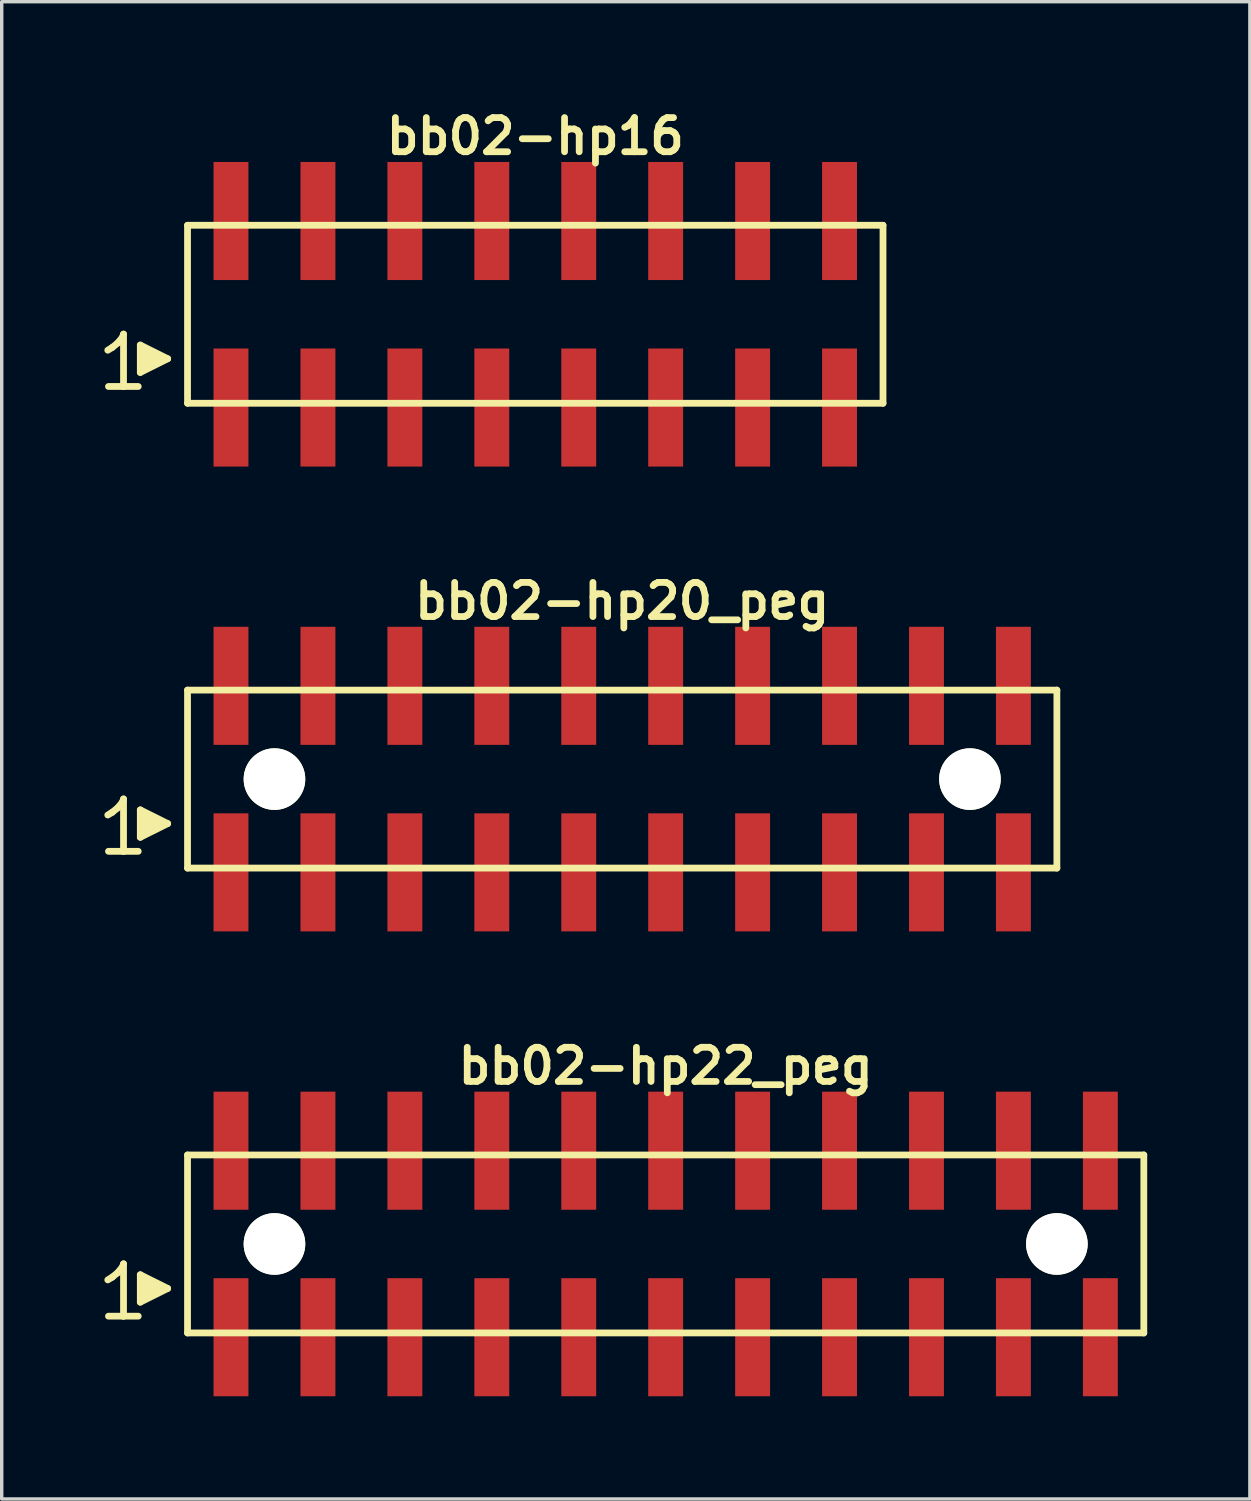
<source format=kicad_pcb>
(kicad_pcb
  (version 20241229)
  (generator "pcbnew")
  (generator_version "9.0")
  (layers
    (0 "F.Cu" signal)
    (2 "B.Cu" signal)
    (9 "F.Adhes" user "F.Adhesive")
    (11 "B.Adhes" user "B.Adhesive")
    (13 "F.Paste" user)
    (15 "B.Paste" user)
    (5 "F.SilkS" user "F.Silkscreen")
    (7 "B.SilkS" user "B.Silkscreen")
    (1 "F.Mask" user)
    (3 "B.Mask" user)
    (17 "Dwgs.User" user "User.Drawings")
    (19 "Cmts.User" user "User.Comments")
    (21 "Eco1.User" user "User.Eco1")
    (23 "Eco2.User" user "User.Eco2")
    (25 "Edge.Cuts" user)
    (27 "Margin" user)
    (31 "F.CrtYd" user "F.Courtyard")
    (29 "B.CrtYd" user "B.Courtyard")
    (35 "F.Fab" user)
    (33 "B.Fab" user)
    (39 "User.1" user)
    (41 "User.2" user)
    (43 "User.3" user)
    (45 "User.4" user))
  (footprint "bb02-hp22_peg"
    (layer "F.Cu")
    (at 16.399 33.295)
    (property "Reference" "bb02-hp22_peg" (at 0 -5.2 0) (layer "F.SilkS") (effects (font (size 0.998 0.998) (thickness 0.198))))
    (attr smd)
    (fp_line (start -16.3 1.05) (end -16.17 0.97) (stroke (width 0.198) (type solid)) (layer "F.SilkS"))
    (fp_line (start -16.17 0.97) (end -16.01 0.84) (stroke (width 0.198) (type solid)) (layer "F.SilkS"))
    (fp_line (start -16.01 0.84) (end -15.87 0.67) (stroke (width 0.198) (type solid)) (layer "F.SilkS"))
    (fp_line (start -15.87 0.67) (end -15.84 0.58) (stroke (width 0.198) (type solid)) (layer "F.SilkS"))
    (fp_line (start -15.84 0.58) (end -15.84 2.11) (stroke (width 0.198) (type solid)) (layer "F.SilkS"))
    (fp_line (start -15.84 2.11) (end -16.28 2.11) (stroke (width 0.198) (type solid)) (layer "F.SilkS"))
    (fp_line (start -15.41 2.11) (end -15.85 2.11) (stroke (width 0.198) (type solid)) (layer "F.SilkS"))
    (fp_line (start -15.35 0.9) (end -14.55 1.3) (stroke (width 0.198) (type solid)) (layer "F.SilkS"))
    (fp_line (start -15.35 1.7) (end -15.35 0.9) (stroke (width 0.198) (type solid)) (layer "F.SilkS"))
    (fp_line (start -15.25 1.6) (end -15.25 1) (stroke (width 0.198) (type solid)) (layer "F.SilkS"))
    (fp_line (start -15.15 1.1) (end -15.15 1.5) (stroke (width 0.198) (type solid)) (layer "F.SilkS"))
    (fp_line (start -15.05 1.5) (end -15.05 1.1) (stroke (width 0.198) (type solid)) (layer "F.SilkS"))
    (fp_line (start -14.95 1.2) (end -14.95 1.4) (stroke (width 0.198) (type solid)) (layer "F.SilkS"))
    (fp_line (start -14.85 1.4) (end -14.85 1.2) (stroke (width 0.198) (type solid)) (layer "F.SilkS"))
    (fp_line (start -14.55 1.3) (end -15.35 1.7) (stroke (width 0.198) (type solid)) (layer "F.SilkS"))
    (fp_line (start -13.97 -2.6) (end -13.97 2.6) (stroke (width 0.198) (type solid)) (layer "F.SilkS"))
    (fp_line (start -13.97 -2.6) (end 13.97 -2.6) (stroke (width 0.198) (type solid)) (layer "F.SilkS"))
    (fp_line (start 13.97 2.6) (end -13.97 2.6) (stroke (width 0.198) (type solid)) (layer "F.SilkS"))
    (fp_line (start 13.97 2.6) (end 13.97 -2.6) (stroke (width 0.198) (type solid)) (layer "F.SilkS"))
    (pad "" np_thru_hole circle (at -11.43 0) (size 1.8 1.8) (drill 1.8) (layers "*.Cu" "*.Mask" "F.SilkS"))
    (pad "" np_thru_hole circle (at 11.43 0) (size 1.8 1.8) (drill 1.8) (layers "*.Cu" "*.Mask" "F.SilkS"))
    (pad "1" smd rect (at -12.7 2.725) (size 1.02 3.45) (layers "F.Cu" "F.Mask" "F.Paste"))
    (pad "2" smd rect (at -12.7 -2.725) (size 1.02 3.45) (layers "F.Cu" "F.Mask" "F.Paste"))
    (pad "3" smd rect (at -10.16 2.725) (size 1.02 3.45) (layers "F.Cu" "F.Mask" "F.Paste"))
    (pad "4" smd rect (at -10.16 -2.725) (size 1.02 3.45) (layers "F.Cu" "F.Mask" "F.Paste"))
    (pad "5" smd rect (at -7.62 2.725) (size 1.02 3.45) (layers "F.Cu" "F.Mask" "F.Paste"))
    (pad "6" smd rect (at -7.62 -2.725) (size 1.02 3.45) (layers "F.Cu" "F.Mask" "F.Paste"))
    (pad "7" smd rect (at -5.08 2.725) (size 1.02 3.45) (layers "F.Cu" "F.Mask" "F.Paste"))
    (pad "8" smd rect (at -5.08 -2.725) (size 1.02 3.45) (layers "F.Cu" "F.Mask" "F.Paste"))
    (pad "9" smd rect (at -2.54 2.725) (size 1.02 3.45) (layers "F.Cu" "F.Mask" "F.Paste"))
    (pad "10" smd rect (at -2.54 -2.725) (size 1.02 3.45) (layers "F.Cu" "F.Mask" "F.Paste"))
    (pad "11" smd rect (at 0 2.725) (size 1.02 3.45) (layers "F.Cu" "F.Mask" "F.Paste"))
    (pad "12" smd rect (at 0 -2.725) (size 1.02 3.45) (layers "F.Cu" "F.Mask" "F.Paste"))
    (pad "13" smd rect (at 2.54 2.725) (size 1.02 3.45) (layers "F.Cu" "F.Mask" "F.Paste"))
    (pad "14" smd rect (at 2.54 -2.725) (size 1.02 3.45) (layers "F.Cu" "F.Mask" "F.Paste"))
    (pad "15" smd rect (at 5.08 2.725) (size 1.02 3.45) (layers "F.Cu" "F.Mask" "F.Paste"))
    (pad "16" smd rect (at 5.08 -2.725) (size 1.02 3.45) (layers "F.Cu" "F.Mask" "F.Paste"))
    (pad "17" smd rect (at 7.62 2.725) (size 1.02 3.45) (layers "F.Cu" "F.Mask" "F.Paste"))
    (pad "18" smd rect (at 7.62 -2.725) (size 1.02 3.45) (layers "F.Cu" "F.Mask" "F.Paste"))
    (pad "19" smd rect (at 10.16 2.725) (size 1.02 3.45) (layers "F.Cu" "F.Mask" "F.Paste"))
    (pad "20" smd rect (at 10.16 -2.725) (size 1.02 3.45) (layers "F.Cu" "F.Mask" "F.Paste"))
    (pad "21" smd rect (at 12.7 2.725) (size 1.02 3.45) (layers "F.Cu" "F.Mask" "F.Paste"))
    (pad "22" smd rect (at 12.7 -2.725) (size 1.02 3.45) (layers "F.Cu" "F.Mask" "F.Paste")))
  (footprint "bb02-hp16"
    (layer "F.Cu")
    (at 12.589 6.132)
    (property "Reference" "bb02-hp16" (at 0 -5.2 0) (layer "F.SilkS") (effects (font (size 0.998 0.998) (thickness 0.198))))
    (attr smd)
    (fp_line (start -12.49 1.05) (end -12.36 0.97) (stroke (width 0.198) (type solid)) (layer "F.SilkS"))
    (fp_line (start -12.36 0.97) (end -12.2 0.84) (stroke (width 0.198) (type solid)) (layer "F.SilkS"))
    (fp_line (start -12.2 0.84) (end -12.06 0.67) (stroke (width 0.198) (type solid)) (layer "F.SilkS"))
    (fp_line (start -12.06 0.67) (end -12.03 0.58) (stroke (width 0.198) (type solid)) (layer "F.SilkS"))
    (fp_line (start -12.03 0.58) (end -12.03 2.11) (stroke (width 0.198) (type solid)) (layer "F.SilkS"))
    (fp_line (start -12.03 2.11) (end -12.47 2.11) (stroke (width 0.198) (type solid)) (layer "F.SilkS"))
    (fp_line (start -11.6 2.11) (end -12.04 2.11) (stroke (width 0.198) (type solid)) (layer "F.SilkS"))
    (fp_line (start -11.54 0.9) (end -10.74 1.3) (stroke (width 0.198) (type solid)) (layer "F.SilkS"))
    (fp_line (start -11.54 1.7) (end -11.54 0.9) (stroke (width 0.198) (type solid)) (layer "F.SilkS"))
    (fp_line (start -11.44 1.6) (end -11.44 1) (stroke (width 0.198) (type solid)) (layer "F.SilkS"))
    (fp_line (start -11.34 1.1) (end -11.34 1.5) (stroke (width 0.198) (type solid)) (layer "F.SilkS"))
    (fp_line (start -11.24 1.5) (end -11.24 1.1) (stroke (width 0.198) (type solid)) (layer "F.SilkS"))
    (fp_line (start -11.14 1.2) (end -11.14 1.4) (stroke (width 0.198) (type solid)) (layer "F.SilkS"))
    (fp_line (start -11.04 1.4) (end -11.04 1.2) (stroke (width 0.198) (type solid)) (layer "F.SilkS"))
    (fp_line (start -10.74 1.3) (end -11.54 1.7) (stroke (width 0.198) (type solid)) (layer "F.SilkS"))
    (fp_line (start -10.16 -2.6) (end -10.16 2.6) (stroke (width 0.198) (type solid)) (layer "F.SilkS"))
    (fp_line (start -10.16 -2.6) (end 10.16 -2.6) (stroke (width 0.198) (type solid)) (layer "F.SilkS"))
    (fp_line (start 10.16 2.6) (end -10.16 2.6) (stroke (width 0.198) (type solid)) (layer "F.SilkS"))
    (fp_line (start 10.16 2.6) (end 10.16 -2.6) (stroke (width 0.198) (type solid)) (layer "F.SilkS"))
    (pad "1" smd rect (at -8.89 2.725) (size 1.02 3.45) (layers "F.Cu" "F.Mask" "F.Paste"))
    (pad "2" smd rect (at -8.89 -2.725) (size 1.02 3.45) (layers "F.Cu" "F.Mask" "F.Paste"))
    (pad "3" smd rect (at -6.35 2.725) (size 1.02 3.45) (layers "F.Cu" "F.Mask" "F.Paste"))
    (pad "4" smd rect (at -6.35 -2.725) (size 1.02 3.45) (layers "F.Cu" "F.Mask" "F.Paste"))
    (pad "5" smd rect (at -3.81 2.725) (size 1.02 3.45) (layers "F.Cu" "F.Mask" "F.Paste"))
    (pad "6" smd rect (at -3.81 -2.725) (size 1.02 3.45) (layers "F.Cu" "F.Mask" "F.Paste"))
    (pad "7" smd rect (at -1.27 2.725) (size 1.02 3.45) (layers "F.Cu" "F.Mask" "F.Paste"))
    (pad "8" smd rect (at -1.27 -2.725) (size 1.02 3.45) (layers "F.Cu" "F.Mask" "F.Paste"))
    (pad "9" smd rect (at 1.27 2.725) (size 1.02 3.45) (layers "F.Cu" "F.Mask" "F.Paste"))
    (pad "10" smd rect (at 1.27 -2.725) (size 1.02 3.45) (layers "F.Cu" "F.Mask" "F.Paste"))
    (pad "11" smd rect (at 3.81 2.725) (size 1.02 3.45) (layers "F.Cu" "F.Mask" "F.Paste"))
    (pad "12" smd rect (at 3.81 -2.725) (size 1.02 3.45) (layers "F.Cu" "F.Mask" "F.Paste"))
    (pad "13" smd rect (at 6.35 2.725) (size 1.02 3.45) (layers "F.Cu" "F.Mask" "F.Paste"))
    (pad "14" smd rect (at 6.35 -2.725) (size 1.02 3.45) (layers "F.Cu" "F.Mask" "F.Paste"))
    (pad "15" smd rect (at 8.89 2.725) (size 1.02 3.45) (layers "F.Cu" "F.Mask" "F.Paste"))
    (pad "16" smd rect (at 8.89 -2.725) (size 1.02 3.45) (layers "F.Cu" "F.Mask" "F.Paste")))
  (footprint "bb02-hp20_peg"
    (layer "F.Cu")
    (at 15.129 19.713)
    (property "Reference" "bb02-hp20_peg" (at 0 -5.2 0) (layer "F.SilkS") (effects (font (size 0.998 0.998) (thickness 0.198))))
    (attr smd)
    (fp_line (start -15.03 1.05) (end -14.9 0.97) (stroke (width 0.198) (type solid)) (layer "F.SilkS"))
    (fp_line (start -14.9 0.97) (end -14.74 0.84) (stroke (width 0.198) (type solid)) (layer "F.SilkS"))
    (fp_line (start -14.74 0.84) (end -14.6 0.67) (stroke (width 0.198) (type solid)) (layer "F.SilkS"))
    (fp_line (start -14.6 0.67) (end -14.57 0.58) (stroke (width 0.198) (type solid)) (layer "F.SilkS"))
    (fp_line (start -14.57 0.58) (end -14.57 2.11) (stroke (width 0.198) (type solid)) (layer "F.SilkS"))
    (fp_line (start -14.57 2.11) (end -15.01 2.11) (stroke (width 0.198) (type solid)) (layer "F.SilkS"))
    (fp_line (start -14.14 2.11) (end -14.58 2.11) (stroke (width 0.198) (type solid)) (layer "F.SilkS"))
    (fp_line (start -14.08 0.9) (end -13.28 1.3) (stroke (width 0.198) (type solid)) (layer "F.SilkS"))
    (fp_line (start -14.08 1.7) (end -14.08 0.9) (stroke (width 0.198) (type solid)) (layer "F.SilkS"))
    (fp_line (start -13.98 1.6) (end -13.98 1) (stroke (width 0.198) (type solid)) (layer "F.SilkS"))
    (fp_line (start -13.88 1.1) (end -13.88 1.5) (stroke (width 0.198) (type solid)) (layer "F.SilkS"))
    (fp_line (start -13.78 1.5) (end -13.78 1.1) (stroke (width 0.198) (type solid)) (layer "F.SilkS"))
    (fp_line (start -13.68 1.2) (end -13.68 1.4) (stroke (width 0.198) (type solid)) (layer "F.SilkS"))
    (fp_line (start -13.58 1.4) (end -13.58 1.2) (stroke (width 0.198) (type solid)) (layer "F.SilkS"))
    (fp_line (start -13.28 1.3) (end -14.08 1.7) (stroke (width 0.198) (type solid)) (layer "F.SilkS"))
    (fp_line (start -12.7 -2.6) (end -12.7 2.6) (stroke (width 0.198) (type solid)) (layer "F.SilkS"))
    (fp_line (start -12.7 -2.6) (end 12.7 -2.6) (stroke (width 0.198) (type solid)) (layer "F.SilkS"))
    (fp_line (start 12.7 2.6) (end -12.7 2.6) (stroke (width 0.198) (type solid)) (layer "F.SilkS"))
    (fp_line (start 12.7 2.6) (end 12.7 -2.6) (stroke (width 0.198) (type solid)) (layer "F.SilkS"))
    (pad "" np_thru_hole circle (at -10.16 0) (size 1.8 1.8) (drill 1.8) (layers "*.Cu" "*.Mask" "F.SilkS"))
    (pad "" np_thru_hole circle (at 10.16 0) (size 1.8 1.8) (drill 1.8) (layers "*.Cu" "*.Mask" "F.SilkS"))
    (pad "1" smd rect (at -11.43 2.725) (size 1.02 3.45) (layers "F.Cu" "F.Mask" "F.Paste"))
    (pad "2" smd rect (at -11.43 -2.725) (size 1.02 3.45) (layers "F.Cu" "F.Mask" "F.Paste"))
    (pad "3" smd rect (at -8.89 2.725) (size 1.02 3.45) (layers "F.Cu" "F.Mask" "F.Paste"))
    (pad "4" smd rect (at -8.89 -2.725) (size 1.02 3.45) (layers "F.Cu" "F.Mask" "F.Paste"))
    (pad "5" smd rect (at -6.35 2.725) (size 1.02 3.45) (layers "F.Cu" "F.Mask" "F.Paste"))
    (pad "6" smd rect (at -6.35 -2.725) (size 1.02 3.45) (layers "F.Cu" "F.Mask" "F.Paste"))
    (pad "7" smd rect (at -3.81 2.725) (size 1.02 3.45) (layers "F.Cu" "F.Mask" "F.Paste"))
    (pad "8" smd rect (at -3.81 -2.725) (size 1.02 3.45) (layers "F.Cu" "F.Mask" "F.Paste"))
    (pad "9" smd rect (at -1.27 2.725) (size 1.02 3.45) (layers "F.Cu" "F.Mask" "F.Paste"))
    (pad "10" smd rect (at -1.27 -2.725) (size 1.02 3.45) (layers "F.Cu" "F.Mask" "F.Paste"))
    (pad "11" smd rect (at 1.27 2.725) (size 1.02 3.45) (layers "F.Cu" "F.Mask" "F.Paste"))
    (pad "12" smd rect (at 1.27 -2.725) (size 1.02 3.45) (layers "F.Cu" "F.Mask" "F.Paste"))
    (pad "13" smd rect (at 3.81 2.725) (size 1.02 3.45) (layers "F.Cu" "F.Mask" "F.Paste"))
    (pad "14" smd rect (at 3.81 -2.725) (size 1.02 3.45) (layers "F.Cu" "F.Mask" "F.Paste"))
    (pad "15" smd rect (at 6.35 2.725) (size 1.02 3.45) (layers "F.Cu" "F.Mask" "F.Paste"))
    (pad "16" smd rect (at 6.35 -2.725) (size 1.02 3.45) (layers "F.Cu" "F.Mask" "F.Paste"))
    (pad "17" smd rect (at 8.89 2.725) (size 1.02 3.45) (layers "F.Cu" "F.Mask" "F.Paste"))
    (pad "18" smd rect (at 8.89 -2.725) (size 1.02 3.45) (layers "F.Cu" "F.Mask" "F.Paste"))
    (pad "19" smd rect (at 11.43 2.725) (size 1.02 3.45) (layers "F.Cu" "F.Mask" "F.Paste"))
    (pad "20" smd rect (at 11.43 -2.725) (size 1.02 3.45) (layers "F.Cu" "F.Mask" "F.Paste")))
  (gr_rect
    (start -3 -3)
    (end 33.468 40.745)
    (stroke (width 0.1) (type default))
    (fill no)
    (layer "Edge.Cuts")))
</source>
